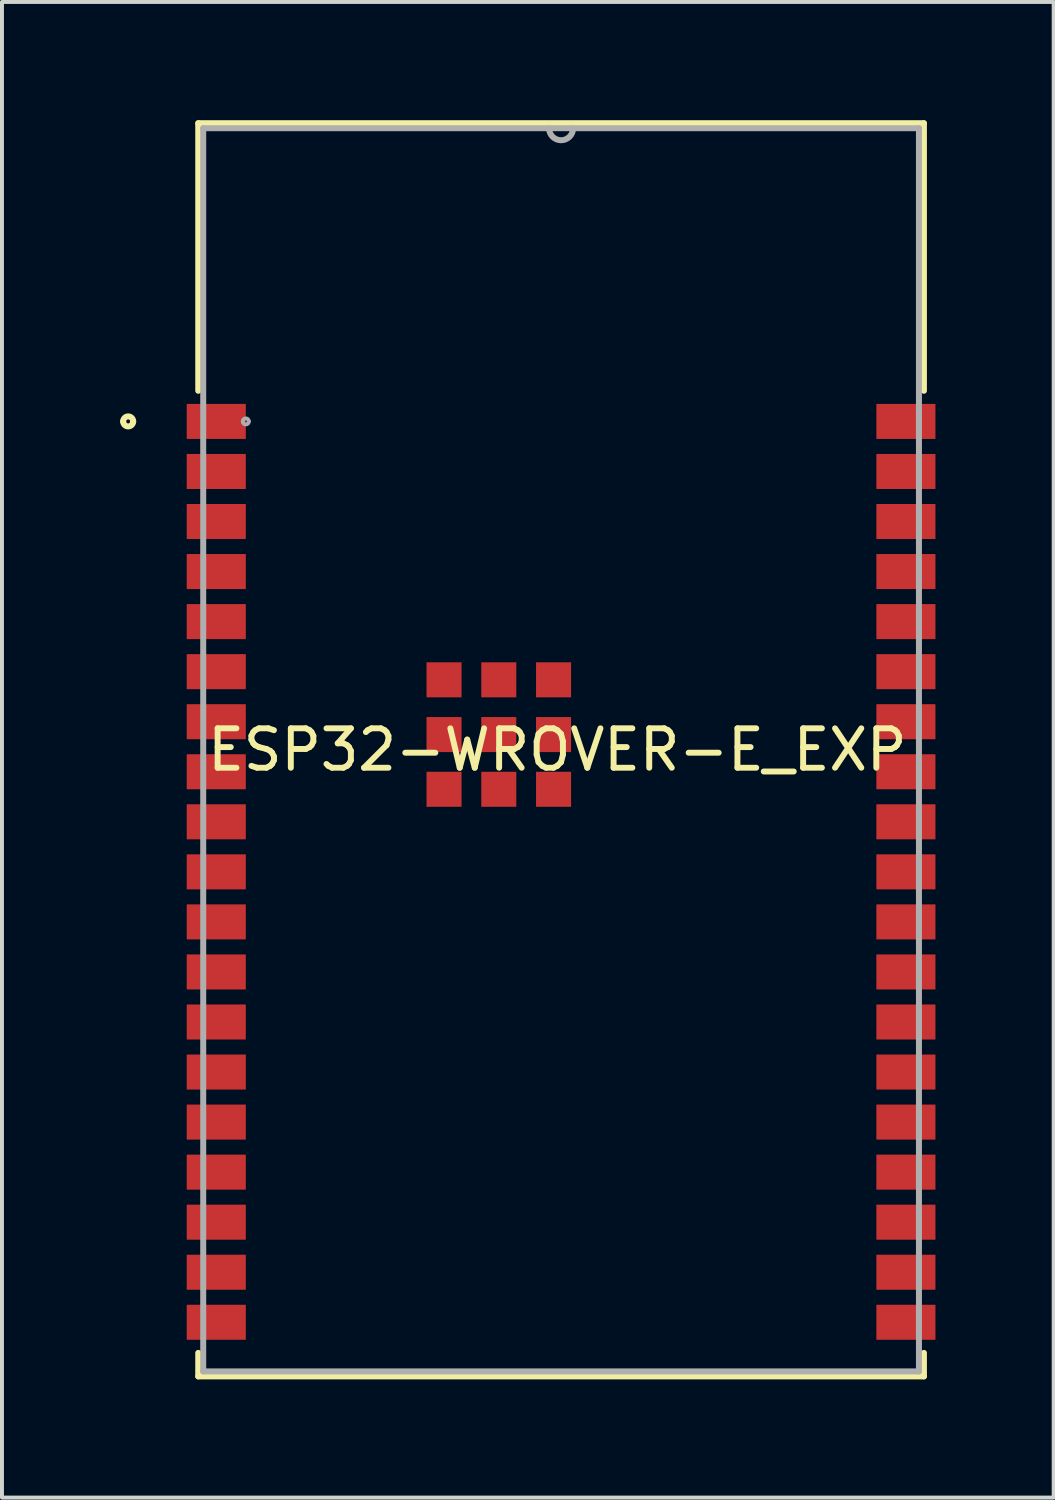
<source format=kicad_pcb>
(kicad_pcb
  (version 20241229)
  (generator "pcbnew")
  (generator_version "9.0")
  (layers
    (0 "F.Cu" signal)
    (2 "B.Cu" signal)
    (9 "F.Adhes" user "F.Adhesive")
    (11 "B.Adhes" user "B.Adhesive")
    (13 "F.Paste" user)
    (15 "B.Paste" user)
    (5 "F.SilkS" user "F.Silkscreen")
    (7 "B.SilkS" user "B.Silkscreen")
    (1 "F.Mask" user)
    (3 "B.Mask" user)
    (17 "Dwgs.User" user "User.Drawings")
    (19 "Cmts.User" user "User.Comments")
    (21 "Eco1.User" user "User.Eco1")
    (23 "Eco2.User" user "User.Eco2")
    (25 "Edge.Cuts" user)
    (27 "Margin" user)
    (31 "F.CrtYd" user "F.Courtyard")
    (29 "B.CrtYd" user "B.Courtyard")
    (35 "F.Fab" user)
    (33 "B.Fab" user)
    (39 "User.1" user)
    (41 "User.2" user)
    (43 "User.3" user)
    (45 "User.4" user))
  (footprint "ESP32-WROVER-E_EXP"
    (layer "F.Cu")
    (at 11.188 15.977)
    (property "Reference" "ESP32-WROVER-E_EXP" (at -0.096 0 0) (layer "F.SilkS") (effects (font (size 1 1) (thickness 0.15))))
    (attr smd)
    (fp_line (start -9.207 -15.9) (end -9.207 -9.111) (stroke (width 0.152) (type solid)) (layer "F.SilkS"))
    (fp_line (start -9.207 15.304) (end -9.207 15.9) (stroke (width 0.152) (type solid)) (layer "F.SilkS"))
    (fp_line (start -9.207 15.9) (end 9.207 15.9) (stroke (width 0.152) (type solid)) (layer "F.SilkS"))
    (fp_line (start 9.207 -15.9) (end -9.207 -15.9) (stroke (width 0.152) (type solid)) (layer "F.SilkS"))
    (fp_line (start 9.207 -9.111) (end 9.207 -15.9) (stroke (width 0.152) (type solid)) (layer "F.SilkS"))
    (fp_line (start 9.207 15.9) (end 9.207 15.304) (stroke (width 0.152) (type solid)) (layer "F.SilkS"))
    (fp_arc (start -11.1122 -8.3334) (mid -10.9852 -8.4604) (end -10.8582 -8.3334) (stroke (width 0.1524) (type solid)) (layer "F.SilkS"))
    (fp_arc (start -10.8582 -8.3334) (mid -10.9852 -8.2064) (end -11.1122 -8.3334) (stroke (width 0.1524) (type solid)) (layer "F.SilkS"))
    (fp_line (start -9.081 -15.773) (end -9.081 15.773) (stroke (width 0.152) (type solid)) (layer "F.Fab"))
    (fp_line (start -9.081 15.773) (end 9.081 15.773) (stroke (width 0.152) (type solid)) (layer "F.Fab"))
    (fp_line (start 9.081 -15.773) (end -9.081 -15.773) (stroke (width 0.152) (type solid)) (layer "F.Fab"))
    (fp_line (start 9.081 15.773) (end 9.081 -15.773) (stroke (width 0.152) (type solid)) (layer "F.Fab"))
    (fp_arc (start -8.0769 -8.3334) (mid -8.0007 -8.4096) (end -7.9245 -8.3334) (stroke (width 0.1) (type solid)) (layer "F.Fab"))
    (fp_arc (start -7.9245 -8.3334) (mid -8.0007 -8.2572) (end -8.0769 -8.3334) (stroke (width 0.1) (type solid)) (layer "F.Fab"))
    (fp_arc (start 0.3048 -15.7734) (mid 0 -15.4686) (end -0.3048 -15.7734) (stroke (width 0.1524) (type solid)) (layer "F.Fab"))
    (pad "1" smd rect (at -8.75 -8.333) (size 1.499 0.889) (layers "F.Cu" "F.Mask" "F.Paste"))
    (pad "2" smd rect (at -8.75 -7.063) (size 1.499 0.889) (layers "F.Cu" "F.Mask" "F.Paste"))
    (pad "3" smd rect (at -8.75 -5.793) (size 1.499 0.889) (layers "F.Cu" "F.Mask" "F.Paste"))
    (pad "4" smd rect (at -8.75 -4.523) (size 1.499 0.889) (layers "F.Cu" "F.Mask" "F.Paste"))
    (pad "5" smd rect (at -8.75 -3.253) (size 1.499 0.889) (layers "F.Cu" "F.Mask" "F.Paste"))
    (pad "6" smd rect (at -8.75 -1.983) (size 1.499 0.889) (layers "F.Cu" "F.Mask" "F.Paste"))
    (pad "7" smd rect (at -8.75 -0.713) (size 1.499 0.889) (layers "F.Cu" "F.Mask" "F.Paste"))
    (pad "8" smd rect (at -8.75 0.557) (size 1.499 0.889) (layers "F.Cu" "F.Mask" "F.Paste"))
    (pad "9" smd rect (at -8.75 1.827) (size 1.499 0.889) (layers "F.Cu" "F.Mask" "F.Paste"))
    (pad "10" smd rect (at -8.75 3.097) (size 1.499 0.889) (layers "F.Cu" "F.Mask" "F.Paste"))
    (pad "11" smd rect (at -8.75 4.367) (size 1.499 0.889) (layers "F.Cu" "F.Mask" "F.Paste"))
    (pad "12" smd rect (at -8.75 5.637) (size 1.499 0.889) (layers "F.Cu" "F.Mask" "F.Paste"))
    (pad "13" smd rect (at -8.75 6.907) (size 1.499 0.889) (layers "F.Cu" "F.Mask" "F.Paste"))
    (pad "14" smd rect (at -8.75 8.177) (size 1.499 0.889) (layers "F.Cu" "F.Mask" "F.Paste"))
    (pad "15" smd rect (at -8.75 9.447) (size 1.499 0.889) (layers "F.Cu" "F.Mask" "F.Paste"))
    (pad "16" smd rect (at -8.75 10.717) (size 1.499 0.889) (layers "F.Cu" "F.Mask" "F.Paste"))
    (pad "17" smd rect (at -8.75 11.987) (size 1.499 0.889) (layers "F.Cu" "F.Mask" "F.Paste"))
    (pad "18" smd rect (at -8.75 13.257) (size 1.499 0.889) (layers "F.Cu" "F.Mask" "F.Paste"))
    (pad "19" smd rect (at -8.75 14.527) (size 1.499 0.889) (layers "F.Cu" "F.Mask" "F.Paste"))
    (pad "20" smd rect (at 8.75 14.527) (size 1.499 0.889) (layers "F.Cu" "F.Mask" "F.Paste"))
    (pad "21" smd rect (at 8.75 13.257) (size 1.499 0.889) (layers "F.Cu" "F.Mask" "F.Paste"))
    (pad "22" smd rect (at 8.75 11.987) (size 1.499 0.889) (layers "F.Cu" "F.Mask" "F.Paste"))
    (pad "23" smd rect (at 8.75 10.717) (size 1.499 0.889) (layers "F.Cu" "F.Mask" "F.Paste"))
    (pad "24" smd rect (at 8.75 9.447) (size 1.499 0.889) (layers "F.Cu" "F.Mask" "F.Paste"))
    (pad "25" smd rect (at 8.75 8.177) (size 1.499 0.889) (layers "F.Cu" "F.Mask" "F.Paste"))
    (pad "26" smd rect (at 8.75 6.907) (size 1.499 0.889) (layers "F.Cu" "F.Mask" "F.Paste"))
    (pad "27" smd rect (at 8.75 5.637) (size 1.499 0.889) (layers "F.Cu" "F.Mask" "F.Paste"))
    (pad "28" smd rect (at 8.75 4.367) (size 1.499 0.889) (layers "F.Cu" "F.Mask" "F.Paste"))
    (pad "29" smd rect (at 8.75 3.097) (size 1.499 0.889) (layers "F.Cu" "F.Mask" "F.Paste"))
    (pad "30" smd rect (at 8.75 1.827) (size 1.499 0.889) (layers "F.Cu" "F.Mask" "F.Paste"))
    (pad "31" smd rect (at 8.75 0.557) (size 1.499 0.889) (layers "F.Cu" "F.Mask" "F.Paste"))
    (pad "32" smd rect (at 8.75 -0.713) (size 1.499 0.889) (layers "F.Cu" "F.Mask" "F.Paste"))
    (pad "33" smd rect (at 8.75 -1.983) (size 1.499 0.889) (layers "F.Cu" "F.Mask" "F.Paste"))
    (pad "34" smd rect (at 8.75 -3.253) (size 1.499 0.889) (layers "F.Cu" "F.Mask" "F.Paste"))
    (pad "35" smd rect (at 8.75 -4.523) (size 1.499 0.889) (layers "F.Cu" "F.Mask" "F.Paste"))
    (pad "36" smd rect (at 8.75 -5.793) (size 1.499 0.889) (layers "F.Cu" "F.Mask" "F.Paste"))
    (pad "37" smd rect (at 8.75 -7.063) (size 1.499 0.889) (layers "F.Cu" "F.Mask" "F.Paste"))
    (pad "38" smd rect (at 8.75 -8.333) (size 1.499 0.889) (layers "F.Cu" "F.Mask" "F.Paste"))
    (pad "39" smd rect (at -1.581 -0.387) (size 0.889 0.889) (layers "F.Cu" "F.Mask" "F.Paste"))
    (pad "40" smd rect (at -2.97 -0.387) (size 0.889 0.889) (layers "F.Cu" "F.Mask" "F.Paste"))
    (pad "41" smd rect (at -2.97 1.002) (size 0.889 0.889) (layers "F.Cu" "F.Mask" "F.Paste"))
    (pad "42" smd rect (at -1.581 1.002) (size 0.889 0.889) (layers "F.Cu" "F.Mask" "F.Paste"))
    (pad "43" smd rect (at -0.191 1.002) (size 0.889 0.889) (layers "F.Cu" "F.Mask" "F.Paste"))
    (pad "44" smd rect (at -0.191 -0.387) (size 0.889 0.889) (layers "F.Cu" "F.Mask" "F.Paste"))
    (pad "45" smd rect (at -0.191 -1.776) (size 0.889 0.889) (layers "F.Cu" "F.Mask" "F.Paste"))
    (pad "46" smd rect (at -1.581 -1.776) (size 0.889 0.889) (layers "F.Cu" "F.Mask" "F.Paste"))
    (pad "47" smd rect (at -2.97 -1.776) (size 0.889 0.889) (layers "F.Cu" "F.Mask" "F.Paste")))
  (gr_rect
    (start -3 -3)
    (end 23.688 34.953)
    (stroke (width 0.1) (type default))
    (fill no)
    (layer "Edge.Cuts")))
</source>
